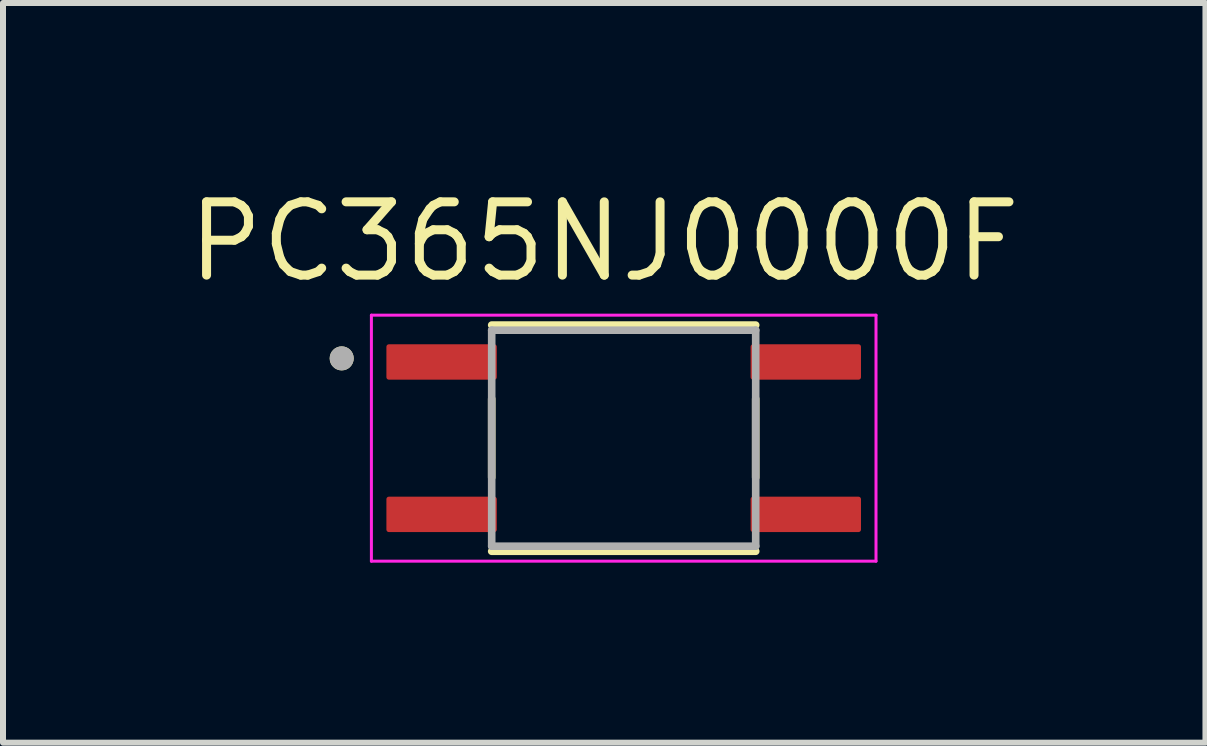
<source format=kicad_pcb>
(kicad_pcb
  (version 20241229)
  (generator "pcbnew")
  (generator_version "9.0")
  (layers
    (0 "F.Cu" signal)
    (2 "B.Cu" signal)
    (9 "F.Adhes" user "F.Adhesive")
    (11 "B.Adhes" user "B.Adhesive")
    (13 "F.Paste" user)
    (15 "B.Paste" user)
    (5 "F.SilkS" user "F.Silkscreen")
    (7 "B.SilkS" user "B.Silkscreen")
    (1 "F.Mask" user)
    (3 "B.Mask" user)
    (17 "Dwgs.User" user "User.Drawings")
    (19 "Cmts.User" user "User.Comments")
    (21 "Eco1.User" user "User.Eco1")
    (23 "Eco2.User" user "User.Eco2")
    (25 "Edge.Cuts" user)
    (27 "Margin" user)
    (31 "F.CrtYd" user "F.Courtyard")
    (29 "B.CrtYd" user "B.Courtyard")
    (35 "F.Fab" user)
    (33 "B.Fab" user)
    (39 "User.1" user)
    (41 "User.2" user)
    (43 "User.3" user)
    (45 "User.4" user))
  (footprint "PC365NJ0000F"
    (layer "F.Cu")
    (at 7.345 4.253)
    (property "Reference" "PC365NJ0000F" (at -0.324 -3.275 0) (layer "F.SilkS") (effects (font (size 1.221 1.221) (thickness 0.15))))
    (attr smd)
    (fp_line (start -2.2 -1.885) (end 2.2 -1.885) (stroke (width 0.127) (type solid)) (layer "F.SilkS"))
    (fp_line (start -2.2 0.655) (end -2.2 -0.655) (stroke (width 0.127) (type solid)) (layer "F.SilkS"))
    (fp_line (start 2.2 -0.655) (end 2.2 0.655) (stroke (width 0.127) (type solid)) (layer "F.SilkS"))
    (fp_line (start 2.2 1.885) (end -2.2 1.885) (stroke (width 0.127) (type solid)) (layer "F.SilkS"))
    (fp_circle (center -4.7 -1.33) (end -4.6 -1.33) (stroke (width 0.2) (type solid)) (fill no) (layer "F.SilkS"))
    (fp_line (start -4.205 -2.05) (end 4.205 -2.05) (stroke (width 0.05) (type solid)) (layer "F.CrtYd"))
    (fp_line (start -4.205 2.05) (end -4.205 -2.05) (stroke (width 0.05) (type solid)) (layer "F.CrtYd"))
    (fp_line (start 4.205 -2.05) (end 4.205 2.05) (stroke (width 0.05) (type solid)) (layer "F.CrtYd"))
    (fp_line (start 4.205 2.05) (end -4.205 2.05) (stroke (width 0.05) (type solid)) (layer "F.CrtYd"))
    (fp_line (start -2.2 -1.8) (end 2.2 -1.8) (stroke (width 0.127) (type solid)) (layer "F.Fab"))
    (fp_line (start -2.2 1.8) (end -2.2 -1.8) (stroke (width 0.127) (type solid)) (layer "F.Fab"))
    (fp_line (start 2.2 -1.8) (end 2.2 1.8) (stroke (width 0.127) (type solid)) (layer "F.Fab"))
    (fp_line (start 2.2 1.8) (end -2.2 1.8) (stroke (width 0.127) (type solid)) (layer "F.Fab"))
    (fp_circle (center -4.7 -1.33) (end -4.6 -1.33) (stroke (width 0.2) (type solid)) (fill no) (layer "F.Fab"))
    (pad "1" smd roundrect (at -3.035 -1.27) (size 1.84 0.59) (layers "F.Cu" "F.Mask" "F.Paste") (roundrect_rratio 0.07))
    (pad "2" smd roundrect (at -3.035 1.27) (size 1.84 0.59) (layers "F.Cu" "F.Mask" "F.Paste") (roundrect_rratio 0.07))
    (pad "3" smd roundrect (at 3.035 1.27) (size 1.84 0.59) (layers "F.Cu" "F.Mask" "F.Paste") (roundrect_rratio 0.07))
    (pad "4" smd roundrect (at 3.035 -1.27) (size 1.84 0.59) (layers "F.Cu" "F.Mask" "F.Paste") (roundrect_rratio 0.07)))
  (gr_rect
    (start -3 -3)
    (end 17.041 9.328)
    (stroke (width 0.1) (type default))
    (fill no)
    (layer "Edge.Cuts")))
</source>
